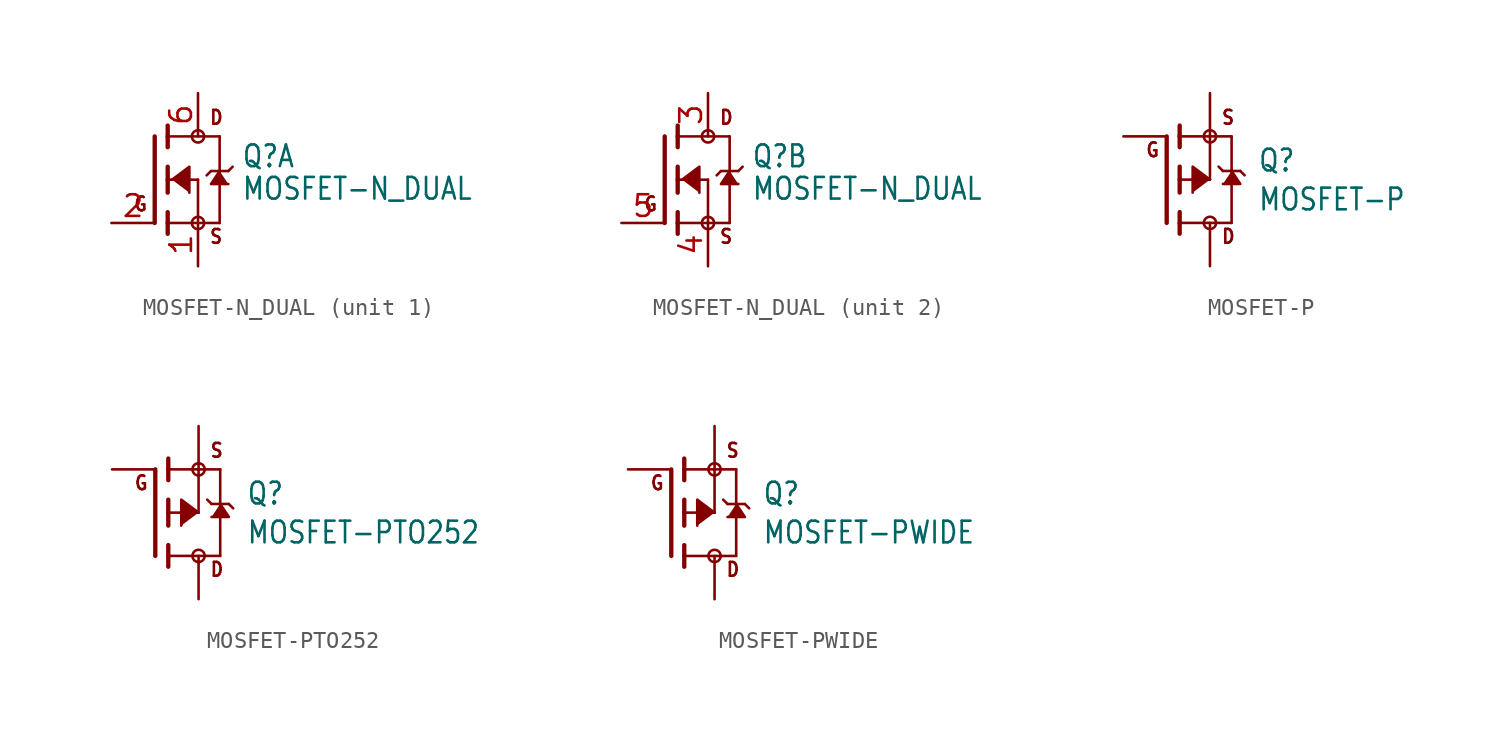
<source format=kicad_sym>
(kicad_symbol_lib
  (version 20211014)
  (generator kicad_symbol_editor)
  (symbol "MOSFET-N_DUAL"
    (property "Reference" "Q"
      (at 5.08 0.635 0)
      (effects (font (size 1.27 1.079)) (justify left bottom)))
    (property "Value" "MOSFET-N_DUAL"
      (at 5.08 -1.27 0)
      (effects (font (size 1.27 1.079)) (justify left bottom)))
    (property "ki_locked" ""
      (at 0 0 0)
      (effects (font (size 1.27 1.27))))
    (symbol "MOSFET-N_DUAL_1_0"
      (polyline (pts (xy 0 2.54) (xy 0 -2.54)) (stroke (width 0.254) (type default) (color 0 0 0 0)) (fill (type none)))
      (polyline (pts (xy 0.762 -2.54) (xy 0.762 -3.175)) (stroke (width 0.254) (type default) (color 0 0 0 0)) (fill (type none)))
      (polyline (pts (xy 0.762 -1.905) (xy 0.762 -2.54)) (stroke (width 0.254) (type default) (color 0 0 0 0)) (fill (type none)))
      (polyline (pts (xy 0.762 0) (xy 0.762 -0.762)) (stroke (width 0.254) (type default) (color 0 0 0 0)) (fill (type none)))
      (polyline (pts (xy 0.762 0) (xy 2.54 0)) (stroke (width 0.152) (type default) (color 0 0 0 0)) (fill (type none)))
      (polyline (pts (xy 0.762 0.762) (xy 0.762 0)) (stroke (width 0.254) (type default) (color 0 0 0 0)) (fill (type none)))
      (polyline (pts (xy 0.762 2.54) (xy 0.762 1.905)) (stroke (width 0.254) (type default) (color 0 0 0 0)) (fill (type none)))
      (polyline (pts (xy 0.762 2.54) (xy 3.81 2.54)) (stroke (width 0.152) (type default) (color 0 0 0 0)) (fill (type none)))
      (polyline (pts (xy 0.762 3.175) (xy 0.762 2.54)) (stroke (width 0.254) (type default) (color 0 0 0 0)) (fill (type none)))
      (polyline (pts (xy 2.54 -2.54) (xy 0.762 -2.54)) (stroke (width 0.152) (type default) (color 0 0 0 0)) (fill (type none)))
      (polyline (pts (xy 2.54 -2.54) (xy 3.81 -2.54)) (stroke (width 0.152) (type default) (color 0 0 0 0)) (fill (type none)))
      (polyline (pts (xy 2.54 0) (xy 2.54 -2.54)) (stroke (width 0.152) (type default) (color 0 0 0 0)) (fill (type none)))
      (polyline (pts (xy 3.302 0.508) (xy 3.048 0.254)) (stroke (width 0.152) (type default) (color 0 0 0 0)) (fill (type none)))
      (polyline (pts (xy 3.81 0.508) (xy 3.302 0.508)) (stroke (width 0.152) (type default) (color 0 0 0 0)) (fill (type none)))
      (polyline (pts (xy 3.81 0.508) (xy 3.81 -2.54)) (stroke (width 0.152) (type default) (color 0 0 0 0)) (fill (type none)))
      (polyline (pts (xy 3.81 2.54) (xy 3.81 0.508)) (stroke (width 0.152) (type default) (color 0 0 0 0)) (fill (type none)))
      (polyline (pts (xy 4.318 0.508) (xy 3.81 0.508)) (stroke (width 0.152) (type default) (color 0 0 0 0)) (fill (type none)))
      (polyline (pts (xy 4.572 0.762) (xy 4.318 0.508)) (stroke (width 0.152) (type default) (color 0 0 0 0)) (fill (type none)))
      (polyline (pts (xy 1.016 0) (xy 2.032 0.762) (xy 2.032 -0.762)) (stroke (width 0) (type default) (color 0 0 0 0)) (fill (type outline)))
      (polyline (pts (xy 3.81 0.508) (xy 3.302 -0.254) (xy 4.318 -0.254)) (stroke (width 0) (type default) (color 0 0 0 0)) (fill (type outline)))
      (circle (center 2.54 -2.54) (radius 0.359) (stroke (width 0) (type default) (color 0 0 0 0)) (fill (type none)))
      (circle (center 2.54 2.54) (radius 0.359) (stroke (width 0) (type default) (color 0 0 0 0)) (fill (type none)))
      (text "D" (at 3.175 3.175 0) (effects (font (size 0.813 0.691)) (justify left bottom)))
      (text "G" (at -1.27 -1.905 0) (effects (font (size 0.813 0.691)) (justify left bottom)))
      (text "S" (at 3.175 -3.81 0) (effects (font (size 0.813 0.691)) (justify left bottom)))
      (pin bidirectional line (at 2.54 -5.08 90) (length 2.54) (name "S" (effects (font (size 0 0)))) (number "1" (effects (font (size 1.27 1.27)))))
      (pin bidirectional line (at -2.54 -2.54 0) (length 2.54) (name "G" (effects (font (size 0 0)))) (number "2" (effects (font (size 1.27 1.27)))))
      (pin bidirectional line (at 2.54 5.08 270) (length 2.54) (name "D" (effects (font (size 0 0)))) (number "6" (effects (font (size 1.27 1.27))))))
    (symbol "MOSFET-N_DUAL_2_0"
      (polyline (pts (xy 0 2.54) (xy 0 -2.54)) (stroke (width 0.254) (type default) (color 0 0 0 0)) (fill (type none)))
      (polyline (pts (xy 0.762 -2.54) (xy 0.762 -3.175)) (stroke (width 0.254) (type default) (color 0 0 0 0)) (fill (type none)))
      (polyline (pts (xy 0.762 -1.905) (xy 0.762 -2.54)) (stroke (width 0.254) (type default) (color 0 0 0 0)) (fill (type none)))
      (polyline (pts (xy 0.762 0) (xy 0.762 -0.762)) (stroke (width 0.254) (type default) (color 0 0 0 0)) (fill (type none)))
      (polyline (pts (xy 0.762 0) (xy 2.54 0)) (stroke (width 0.152) (type default) (color 0 0 0 0)) (fill (type none)))
      (polyline (pts (xy 0.762 0.762) (xy 0.762 0)) (stroke (width 0.254) (type default) (color 0 0 0 0)) (fill (type none)))
      (polyline (pts (xy 0.762 2.54) (xy 0.762 1.905)) (stroke (width 0.254) (type default) (color 0 0 0 0)) (fill (type none)))
      (polyline (pts (xy 0.762 2.54) (xy 3.81 2.54)) (stroke (width 0.152) (type default) (color 0 0 0 0)) (fill (type none)))
      (polyline (pts (xy 0.762 3.175) (xy 0.762 2.54)) (stroke (width 0.254) (type default) (color 0 0 0 0)) (fill (type none)))
      (polyline (pts (xy 2.54 -2.54) (xy 0.762 -2.54)) (stroke (width 0.152) (type default) (color 0 0 0 0)) (fill (type none)))
      (polyline (pts (xy 2.54 -2.54) (xy 3.81 -2.54)) (stroke (width 0.152) (type default) (color 0 0 0 0)) (fill (type none)))
      (polyline (pts (xy 2.54 0) (xy 2.54 -2.54)) (stroke (width 0.152) (type default) (color 0 0 0 0)) (fill (type none)))
      (polyline (pts (xy 3.302 0.508) (xy 3.048 0.254)) (stroke (width 0.152) (type default) (color 0 0 0 0)) (fill (type none)))
      (polyline (pts (xy 3.81 0.508) (xy 3.302 0.508)) (stroke (width 0.152) (type default) (color 0 0 0 0)) (fill (type none)))
      (polyline (pts (xy 3.81 0.508) (xy 3.81 -2.54)) (stroke (width 0.152) (type default) (color 0 0 0 0)) (fill (type none)))
      (polyline (pts (xy 3.81 2.54) (xy 3.81 0.508)) (stroke (width 0.152) (type default) (color 0 0 0 0)) (fill (type none)))
      (polyline (pts (xy 4.318 0.508) (xy 3.81 0.508)) (stroke (width 0.152) (type default) (color 0 0 0 0)) (fill (type none)))
      (polyline (pts (xy 4.572 0.762) (xy 4.318 0.508)) (stroke (width 0.152) (type default) (color 0 0 0 0)) (fill (type none)))
      (polyline (pts (xy 1.016 0) (xy 2.032 0.762) (xy 2.032 -0.762)) (stroke (width 0) (type default) (color 0 0 0 0)) (fill (type outline)))
      (polyline (pts (xy 3.81 0.508) (xy 3.302 -0.254) (xy 4.318 -0.254)) (stroke (width 0) (type default) (color 0 0 0 0)) (fill (type outline)))
      (circle (center 2.54 -2.54) (radius 0.359) (stroke (width 0) (type default) (color 0 0 0 0)) (fill (type none)))
      (circle (center 2.54 2.54) (radius 0.359) (stroke (width 0) (type default) (color 0 0 0 0)) (fill (type none)))
      (text "D" (at 3.175 3.175 0) (effects (font (size 0.813 0.691)) (justify left bottom)))
      (text "G" (at -1.27 -1.905 0) (effects (font (size 0.813 0.691)) (justify left bottom)))
      (text "S" (at 3.175 -3.81 0) (effects (font (size 0.813 0.691)) (justify left bottom)))
      (pin bidirectional line (at 2.54 5.08 270) (length 2.54) (name "D" (effects (font (size 0 0)))) (number "3" (effects (font (size 1.27 1.27)))))
      (pin bidirectional line (at 2.54 -5.08 90) (length 2.54) (name "S" (effects (font (size 0 0)))) (number "4" (effects (font (size 1.27 1.27)))))
      (pin bidirectional line (at -2.54 -2.54 0) (length 2.54) (name "G" (effects (font (size 0 0)))) (number "5" (effects (font (size 1.27 1.27)))))))
  (symbol "MOSFET-P"
    (property "Reference" "Q"
      (at 2.794 0.381 0)
      (effects (font (size 1.27 1.079)) (justify left bottom)))
    (property "Value" "MOSFET-P"
      (at 2.794 -1.905 0)
      (effects (font (size 1.27 1.079)) (justify left bottom)))
    (property "ki_locked" ""
      (at 0 0 0)
      (effects (font (size 1.27 1.27))))
    (symbol "MOSFET-P_1_0"
      (circle (center 0 -2.54) (radius 0.359) (stroke (width 0) (type default) (color 0 0 0 0)) (fill (type none)))
      (polyline (pts (xy -2.54 -2.54) (xy -2.54 2.54)) (stroke (width 0.254) (type default) (color 0 0 0 0)) (fill (type none)))
      (polyline (pts (xy -1.778 -3.175) (xy -1.778 -2.54)) (stroke (width 0.254) (type default) (color 0 0 0 0)) (fill (type none)))
      (polyline (pts (xy -1.778 -2.54) (xy -1.778 -1.905)) (stroke (width 0.254) (type default) (color 0 0 0 0)) (fill (type none)))
      (polyline (pts (xy -1.778 -2.54) (xy 1.27 -2.54)) (stroke (width 0.152) (type default) (color 0 0 0 0)) (fill (type none)))
      (polyline (pts (xy -1.778 -0.762) (xy -1.778 0)) (stroke (width 0.254) (type default) (color 0 0 0 0)) (fill (type none)))
      (polyline (pts (xy -1.778 0) (xy -1.778 0.762)) (stroke (width 0.254) (type default) (color 0 0 0 0)) (fill (type none)))
      (polyline (pts (xy -1.778 0) (xy 0 0)) (stroke (width 0.152) (type default) (color 0 0 0 0)) (fill (type none)))
      (polyline (pts (xy -1.778 1.905) (xy -1.778 2.54)) (stroke (width 0.254) (type default) (color 0 0 0 0)) (fill (type none)))
      (polyline (pts (xy -1.778 2.54) (xy -1.778 3.175)) (stroke (width 0.254) (type default) (color 0 0 0 0)) (fill (type none)))
      (polyline (pts (xy 0 0) (xy 0 2.54)) (stroke (width 0.152) (type default) (color 0 0 0 0)) (fill (type none)))
      (polyline (pts (xy 0 2.54) (xy -1.778 2.54)) (stroke (width 0.152) (type default) (color 0 0 0 0)) (fill (type none)))
      (polyline (pts (xy 0 2.54) (xy 1.27 2.54)) (stroke (width 0.152) (type default) (color 0 0 0 0)) (fill (type none)))
      (polyline (pts (xy 0.508 0.762) (xy 0.762 0.508)) (stroke (width 0.152) (type default) (color 0 0 0 0)) (fill (type none)))
      (polyline (pts (xy 0.762 0.508) (xy 1.27 0.508)) (stroke (width 0.152) (type default) (color 0 0 0 0)) (fill (type none)))
      (polyline (pts (xy 1.27 -2.54) (xy 1.27 0.508)) (stroke (width 0.152) (type default) (color 0 0 0 0)) (fill (type none)))
      (polyline (pts (xy 1.27 0.508) (xy 1.27 2.54)) (stroke (width 0.152) (type default) (color 0 0 0 0)) (fill (type none)))
      (polyline (pts (xy 1.27 0.508) (xy 1.778 0.508)) (stroke (width 0.152) (type default) (color 0 0 0 0)) (fill (type none)))
      (polyline (pts (xy 1.778 0.508) (xy 2.032 0.254)) (stroke (width 0.152) (type default) (color 0 0 0 0)) (fill (type none)))
      (polyline (pts (xy 0 0) (xy -1.016 0.762) (xy -1.016 -0.762)) (stroke (width 0) (type default) (color 0 0 0 0)) (fill (type outline)))
      (polyline (pts (xy 1.27 0.508) (xy 1.778 -0.254) (xy 0.762 -0.254)) (stroke (width 0) (type default) (color 0 0 0 0)) (fill (type outline)))
      (circle (center 0 2.54) (radius 0.359) (stroke (width 0) (type default) (color 0 0 0 0)) (fill (type none)))
      (text "D" (at 0.635 -3.81 0) (effects (font (size 0.813 0.691)) (justify left bottom)))
      (text "G" (at -3.81 1.27 0) (effects (font (size 0.813 0.691)) (justify left bottom)))
      (text "S" (at 0.635 3.175 0) (effects (font (size 0.813 0.691)) (justify left bottom)))
      (pin passive line (at -5.08 2.54 0) (length 2.54) (name "G" (effects (font (size 0 0)))) (number "1" (effects (font (size 0 0)))))
      (pin passive line (at 0 5.08 270) (length 2.54) (name "S" (effects (font (size 0 0)))) (number "2" (effects (font (size 0 0)))))
      (pin passive line (at 0 -5.08 90) (length 2.54) (name "D" (effects (font (size 0 0)))) (number "3" (effects (font (size 0 0)))))))
  (symbol "MOSFET-PTO252"
    (property "Reference" "Q"
      (at 2.794 0.381 0)
      (effects (font (size 1.27 1.079)) (justify left bottom)))
    (property "Value" "MOSFET-PTO252"
      (at 2.794 -1.905 0)
      (effects (font (size 1.27 1.079)) (justify left bottom)))
    (property "ki_locked" ""
      (at 0 0 0)
      (effects (font (size 1.27 1.27))))
    (symbol "MOSFET-PTO252_1_0"
      (circle (center 0 -2.54) (radius 0.359) (stroke (width 0) (type default) (color 0 0 0 0)) (fill (type none)))
      (polyline (pts (xy -2.54 -2.54) (xy -2.54 2.54)) (stroke (width 0.254) (type default) (color 0 0 0 0)) (fill (type none)))
      (polyline (pts (xy -1.778 -3.175) (xy -1.778 -2.54)) (stroke (width 0.254) (type default) (color 0 0 0 0)) (fill (type none)))
      (polyline (pts (xy -1.778 -2.54) (xy -1.778 -1.905)) (stroke (width 0.254) (type default) (color 0 0 0 0)) (fill (type none)))
      (polyline (pts (xy -1.778 -2.54) (xy 1.27 -2.54)) (stroke (width 0.152) (type default) (color 0 0 0 0)) (fill (type none)))
      (polyline (pts (xy -1.778 -0.762) (xy -1.778 0)) (stroke (width 0.254) (type default) (color 0 0 0 0)) (fill (type none)))
      (polyline (pts (xy -1.778 0) (xy -1.778 0.762)) (stroke (width 0.254) (type default) (color 0 0 0 0)) (fill (type none)))
      (polyline (pts (xy -1.778 0) (xy 0 0)) (stroke (width 0.152) (type default) (color 0 0 0 0)) (fill (type none)))
      (polyline (pts (xy -1.778 1.905) (xy -1.778 2.54)) (stroke (width 0.254) (type default) (color 0 0 0 0)) (fill (type none)))
      (polyline (pts (xy -1.778 2.54) (xy -1.778 3.175)) (stroke (width 0.254) (type default) (color 0 0 0 0)) (fill (type none)))
      (polyline (pts (xy 0 0) (xy 0 2.54)) (stroke (width 0.152) (type default) (color 0 0 0 0)) (fill (type none)))
      (polyline (pts (xy 0 2.54) (xy -1.778 2.54)) (stroke (width 0.152) (type default) (color 0 0 0 0)) (fill (type none)))
      (polyline (pts (xy 0 2.54) (xy 1.27 2.54)) (stroke (width 0.152) (type default) (color 0 0 0 0)) (fill (type none)))
      (polyline (pts (xy 0.508 0.762) (xy 0.762 0.508)) (stroke (width 0.152) (type default) (color 0 0 0 0)) (fill (type none)))
      (polyline (pts (xy 0.762 0.508) (xy 1.27 0.508)) (stroke (width 0.152) (type default) (color 0 0 0 0)) (fill (type none)))
      (polyline (pts (xy 1.27 -2.54) (xy 1.27 0.508)) (stroke (width 0.152) (type default) (color 0 0 0 0)) (fill (type none)))
      (polyline (pts (xy 1.27 0.508) (xy 1.27 2.54)) (stroke (width 0.152) (type default) (color 0 0 0 0)) (fill (type none)))
      (polyline (pts (xy 1.27 0.508) (xy 1.778 0.508)) (stroke (width 0.152) (type default) (color 0 0 0 0)) (fill (type none)))
      (polyline (pts (xy 1.778 0.508) (xy 2.032 0.254)) (stroke (width 0.152) (type default) (color 0 0 0 0)) (fill (type none)))
      (polyline (pts (xy 0 0) (xy -1.016 0.762) (xy -1.016 -0.762)) (stroke (width 0) (type default) (color 0 0 0 0)) (fill (type outline)))
      (polyline (pts (xy 1.27 0.508) (xy 1.778 -0.254) (xy 0.762 -0.254)) (stroke (width 0) (type default) (color 0 0 0 0)) (fill (type outline)))
      (circle (center 0 2.54) (radius 0.359) (stroke (width 0) (type default) (color 0 0 0 0)) (fill (type none)))
      (text "D" (at 0.635 -3.81 0) (effects (font (size 0.813 0.691)) (justify left bottom)))
      (text "G" (at -3.81 1.27 0) (effects (font (size 0.813 0.691)) (justify left bottom)))
      (text "S" (at 0.635 3.175 0) (effects (font (size 0.813 0.691)) (justify left bottom)))
      (pin passive line (at -5.08 2.54 0) (length 2.54) (name "G" (effects (font (size 0 0)))) (number "1" (effects (font (size 0 0)))))
      (pin passive line (at 0 5.08 270) (length 2.54) (name "S" (effects (font (size 0 0)))) (number "2" (effects (font (size 0 0)))))
      (pin passive line (at 0 -5.08 90) (length 2.54) (name "D" (effects (font (size 0 0)))) (number "3" (effects (font (size 0 0)))))))
  (symbol "MOSFET-PWIDE"
    (property "Reference" "Q"
      (at 2.794 0.381 0)
      (effects (font (size 1.27 1.079)) (justify left bottom)))
    (property "Value" "MOSFET-PWIDE"
      (at 2.794 -1.905 0)
      (effects (font (size 1.27 1.079)) (justify left bottom)))
    (property "ki_locked" ""
      (at 0 0 0)
      (effects (font (size 1.27 1.27))))
    (symbol "MOSFET-PWIDE_1_0"
      (circle (center 0 -2.54) (radius 0.359) (stroke (width 0) (type default) (color 0 0 0 0)) (fill (type none)))
      (polyline (pts (xy -2.54 -2.54) (xy -2.54 2.54)) (stroke (width 0.254) (type default) (color 0 0 0 0)) (fill (type none)))
      (polyline (pts (xy -1.778 -3.175) (xy -1.778 -2.54)) (stroke (width 0.254) (type default) (color 0 0 0 0)) (fill (type none)))
      (polyline (pts (xy -1.778 -2.54) (xy -1.778 -1.905)) (stroke (width 0.254) (type default) (color 0 0 0 0)) (fill (type none)))
      (polyline (pts (xy -1.778 -2.54) (xy 1.27 -2.54)) (stroke (width 0.152) (type default) (color 0 0 0 0)) (fill (type none)))
      (polyline (pts (xy -1.778 -0.762) (xy -1.778 0)) (stroke (width 0.254) (type default) (color 0 0 0 0)) (fill (type none)))
      (polyline (pts (xy -1.778 0) (xy -1.778 0.762)) (stroke (width 0.254) (type default) (color 0 0 0 0)) (fill (type none)))
      (polyline (pts (xy -1.778 0) (xy 0 0)) (stroke (width 0.152) (type default) (color 0 0 0 0)) (fill (type none)))
      (polyline (pts (xy -1.778 1.905) (xy -1.778 2.54)) (stroke (width 0.254) (type default) (color 0 0 0 0)) (fill (type none)))
      (polyline (pts (xy -1.778 2.54) (xy -1.778 3.175)) (stroke (width 0.254) (type default) (color 0 0 0 0)) (fill (type none)))
      (polyline (pts (xy 0 0) (xy 0 2.54)) (stroke (width 0.152) (type default) (color 0 0 0 0)) (fill (type none)))
      (polyline (pts (xy 0 2.54) (xy -1.778 2.54)) (stroke (width 0.152) (type default) (color 0 0 0 0)) (fill (type none)))
      (polyline (pts (xy 0 2.54) (xy 1.27 2.54)) (stroke (width 0.152) (type default) (color 0 0 0 0)) (fill (type none)))
      (polyline (pts (xy 0.508 0.762) (xy 0.762 0.508)) (stroke (width 0.152) (type default) (color 0 0 0 0)) (fill (type none)))
      (polyline (pts (xy 0.762 0.508) (xy 1.27 0.508)) (stroke (width 0.152) (type default) (color 0 0 0 0)) (fill (type none)))
      (polyline (pts (xy 1.27 -2.54) (xy 1.27 0.508)) (stroke (width 0.152) (type default) (color 0 0 0 0)) (fill (type none)))
      (polyline (pts (xy 1.27 0.508) (xy 1.27 2.54)) (stroke (width 0.152) (type default) (color 0 0 0 0)) (fill (type none)))
      (polyline (pts (xy 1.27 0.508) (xy 1.778 0.508)) (stroke (width 0.152) (type default) (color 0 0 0 0)) (fill (type none)))
      (polyline (pts (xy 1.778 0.508) (xy 2.032 0.254)) (stroke (width 0.152) (type default) (color 0 0 0 0)) (fill (type none)))
      (polyline (pts (xy 0 0) (xy -1.016 0.762) (xy -1.016 -0.762)) (stroke (width 0) (type default) (color 0 0 0 0)) (fill (type outline)))
      (polyline (pts (xy 1.27 0.508) (xy 1.778 -0.254) (xy 0.762 -0.254)) (stroke (width 0) (type default) (color 0 0 0 0)) (fill (type outline)))
      (circle (center 0 2.54) (radius 0.359) (stroke (width 0) (type default) (color 0 0 0 0)) (fill (type none)))
      (text "D" (at 0.635 -3.81 0) (effects (font (size 0.813 0.691)) (justify left bottom)))
      (text "G" (at -3.81 1.27 0) (effects (font (size 0.813 0.691)) (justify left bottom)))
      (text "S" (at 0.635 3.175 0) (effects (font (size 0.813 0.691)) (justify left bottom)))
      (pin passive line (at -5.08 2.54 0) (length 2.54) (name "G" (effects (font (size 0 0)))) (number "1" (effects (font (size 0 0)))))
      (pin passive line (at 0 5.08 270) (length 2.54) (name "S" (effects (font (size 0 0)))) (number "2" (effects (font (size 0 0)))))
      (pin passive line (at 0 -5.08 90) (length 2.54) (name "D" (effects (font (size 0 0)))) (number "3" (effects (font (size 0 0))))))))
</source>
